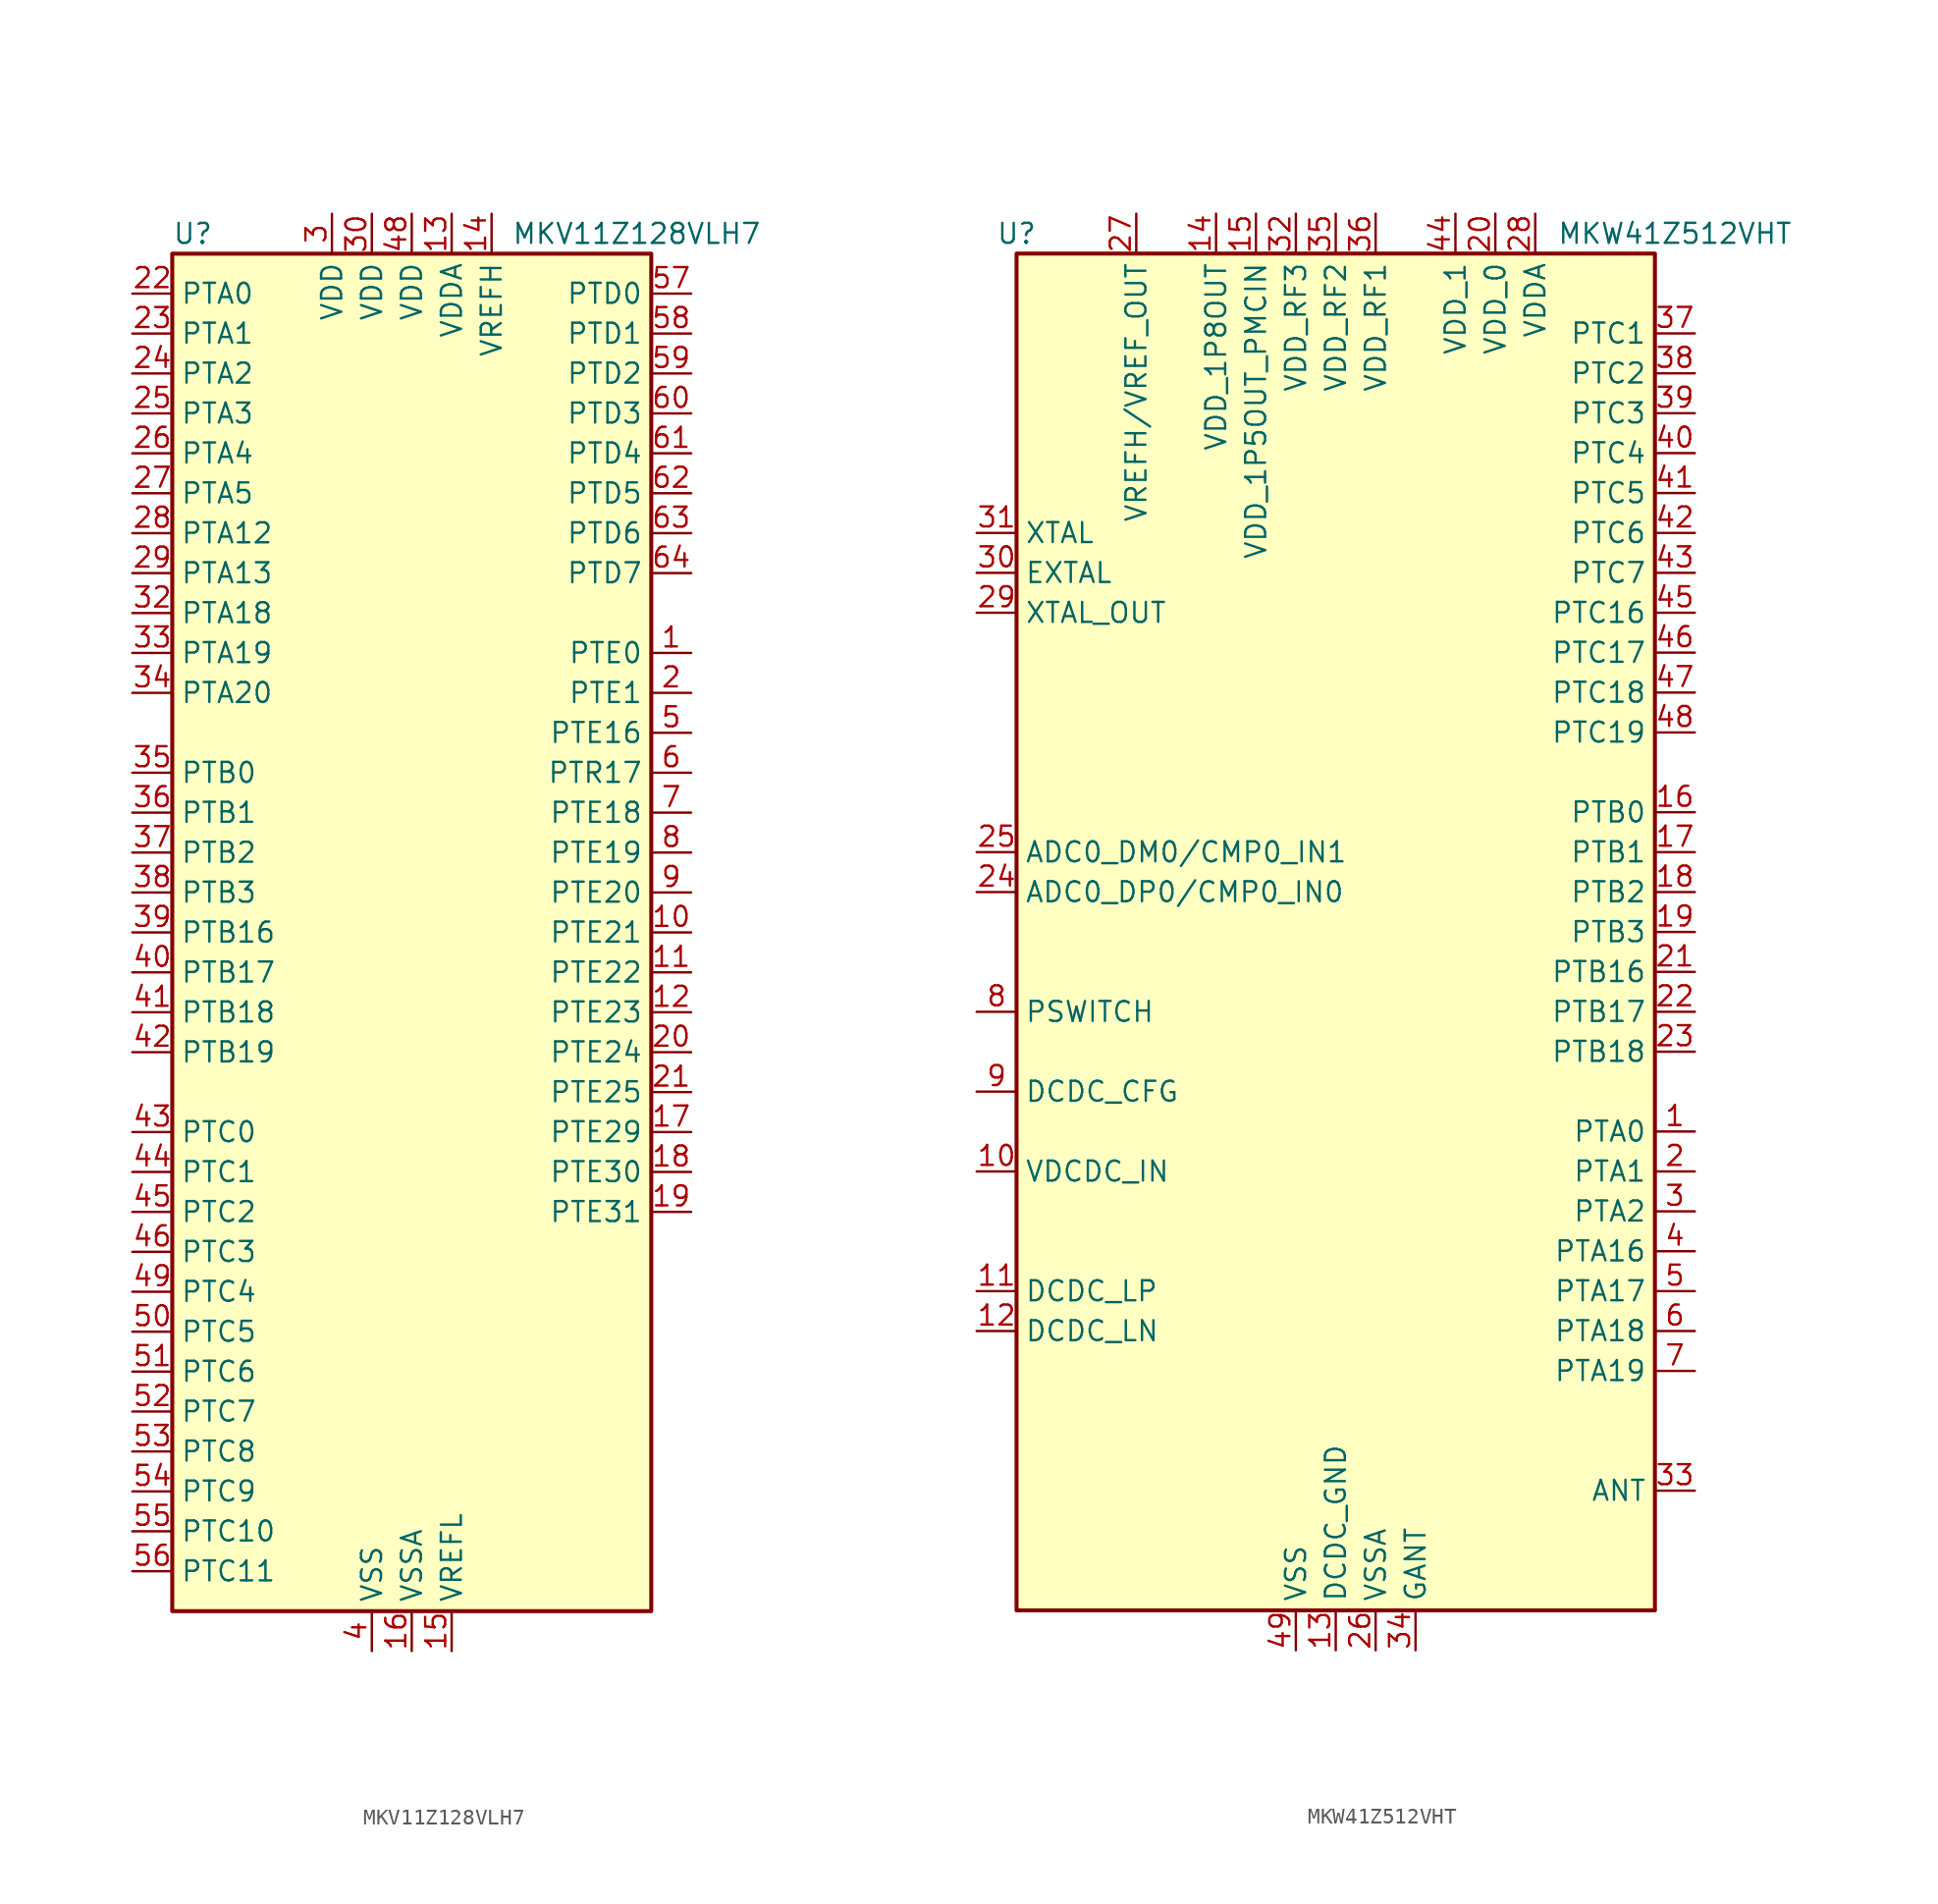
<source format=kicad_sym>
(kicad_symbol_lib
  (version 20241209)
  (generator "kicad_symbol_editor")
  (generator_version "9.0")
  (symbol "MKV11Z128VLH7"
    (property "Reference" "U"
      (at -15.24 44.45 0)
      (effects (font (size 1.27 1.27)) (justify left)))
    (property "Value" "MKV11Z128VLH7"
      (at 6.35 44.45 0)
      (effects (font (size 1.27 1.27)) (justify left)))
    (symbol "MKV11Z128VLH7_0_1"
      (rectangle (start -15.24 43.18) (end 15.24 -43.18) (stroke (width 0.254) (type default)) (fill (type background))))
    (symbol "MKV11Z128VLH7_1_1"
      (pin bidirectional line (at -17.78 40.64 0) (length 2.54) (name "PTA0" (effects (font (size 1.27 1.27)))) (number "22" (effects (font (size 1.27 1.27)))))
      (pin bidirectional line (at -17.78 38.1 0) (length 2.54) (name "PTA1" (effects (font (size 1.27 1.27)))) (number "23" (effects (font (size 1.27 1.27)))))
      (pin bidirectional line (at -17.78 35.56 0) (length 2.54) (name "PTA2" (effects (font (size 1.27 1.27)))) (number "24" (effects (font (size 1.27 1.27)))))
      (pin bidirectional line (at -17.78 33.02 0) (length 2.54) (name "PTA3" (effects (font (size 1.27 1.27)))) (number "25" (effects (font (size 1.27 1.27)))))
      (pin bidirectional line (at -17.78 30.48 0) (length 2.54) (name "PTA4" (effects (font (size 1.27 1.27)))) (number "26" (effects (font (size 1.27 1.27)))))
      (pin bidirectional line (at -17.78 27.94 0) (length 2.54) (name "PTA5" (effects (font (size 1.27 1.27)))) (number "27" (effects (font (size 1.27 1.27)))))
      (pin bidirectional line (at -17.78 25.4 0) (length 2.54) (name "PTA12" (effects (font (size 1.27 1.27)))) (number "28" (effects (font (size 1.27 1.27)))))
      (pin bidirectional line (at -17.78 22.86 0) (length 2.54) (name "PTA13" (effects (font (size 1.27 1.27)))) (number "29" (effects (font (size 1.27 1.27)))))
      (pin bidirectional line (at -17.78 20.32 0) (length 2.54) (name "PTA18" (effects (font (size 1.27 1.27)))) (number "32" (effects (font (size 1.27 1.27)))))
      (pin bidirectional line (at -17.78 17.78 0) (length 2.54) (name "PTA19" (effects (font (size 1.27 1.27)))) (number "33" (effects (font (size 1.27 1.27)))))
      (pin bidirectional line (at -17.78 15.24 0) (length 2.54) (name "PTA20" (effects (font (size 1.27 1.27)))) (number "34" (effects (font (size 1.27 1.27)))))
      (pin bidirectional line (at -17.78 10.16 0) (length 2.54) (name "PTB0" (effects (font (size 1.27 1.27)))) (number "35" (effects (font (size 1.27 1.27)))))
      (pin bidirectional line (at -17.78 7.62 0) (length 2.54) (name "PTB1" (effects (font (size 1.27 1.27)))) (number "36" (effects (font (size 1.27 1.27)))))
      (pin bidirectional line (at -17.78 5.08 0) (length 2.54) (name "PTB2" (effects (font (size 1.27 1.27)))) (number "37" (effects (font (size 1.27 1.27)))))
      (pin bidirectional line (at -17.78 2.54 0) (length 2.54) (name "PTB3" (effects (font (size 1.27 1.27)))) (number "38" (effects (font (size 1.27 1.27)))))
      (pin bidirectional line (at -17.78 0 0) (length 2.54) (name "PTB16" (effects (font (size 1.27 1.27)))) (number "39" (effects (font (size 1.27 1.27)))))
      (pin bidirectional line (at -17.78 -2.54 0) (length 2.54) (name "PTB17" (effects (font (size 1.27 1.27)))) (number "40" (effects (font (size 1.27 1.27)))))
      (pin bidirectional line (at -17.78 -5.08 0) (length 2.54) (name "PTB18" (effects (font (size 1.27 1.27)))) (number "41" (effects (font (size 1.27 1.27)))))
      (pin bidirectional line (at -17.78 -7.62 0) (length 2.54) (name "PTB19" (effects (font (size 1.27 1.27)))) (number "42" (effects (font (size 1.27 1.27)))))
      (pin bidirectional line (at -17.78 -12.7 0) (length 2.54) (name "PTC0" (effects (font (size 1.27 1.27)))) (number "43" (effects (font (size 1.27 1.27)))))
      (pin bidirectional line (at -17.78 -15.24 0) (length 2.54) (name "PTC1" (effects (font (size 1.27 1.27)))) (number "44" (effects (font (size 1.27 1.27)))))
      (pin bidirectional line (at -17.78 -17.78 0) (length 2.54) (name "PTC2" (effects (font (size 1.27 1.27)))) (number "45" (effects (font (size 1.27 1.27)))))
      (pin bidirectional line (at -17.78 -20.32 0) (length 2.54) (name "PTC3" (effects (font (size 1.27 1.27)))) (number "46" (effects (font (size 1.27 1.27)))))
      (pin bidirectional line (at -17.78 -22.86 0) (length 2.54) (name "PTC4" (effects (font (size 1.27 1.27)))) (number "49" (effects (font (size 1.27 1.27)))))
      (pin bidirectional line (at -17.78 -25.4 0) (length 2.54) (name "PTC5" (effects (font (size 1.27 1.27)))) (number "50" (effects (font (size 1.27 1.27)))))
      (pin bidirectional line (at -17.78 -27.94 0) (length 2.54) (name "PTC6" (effects (font (size 1.27 1.27)))) (number "51" (effects (font (size 1.27 1.27)))))
      (pin bidirectional line (at -17.78 -30.48 0) (length 2.54) (name "PTC7" (effects (font (size 1.27 1.27)))) (number "52" (effects (font (size 1.27 1.27)))))
      (pin bidirectional line (at -17.78 -33.02 0) (length 2.54) (name "PTC8" (effects (font (size 1.27 1.27)))) (number "53" (effects (font (size 1.27 1.27)))))
      (pin bidirectional line (at -17.78 -35.56 0) (length 2.54) (name "PTC9" (effects (font (size 1.27 1.27)))) (number "54" (effects (font (size 1.27 1.27)))))
      (pin bidirectional line (at -17.78 -38.1 0) (length 2.54) (name "PTC10" (effects (font (size 1.27 1.27)))) (number "55" (effects (font (size 1.27 1.27)))))
      (pin bidirectional line (at -17.78 -40.64 0) (length 2.54) (name "PTC11" (effects (font (size 1.27 1.27)))) (number "56" (effects (font (size 1.27 1.27)))))
      (pin power_in line (at -5.08 45.72 270) (length 2.54) (name "VDD" (effects (font (size 1.27 1.27)))) (number "3" (effects (font (size 1.27 1.27)))))
      (pin power_in line (at -2.54 45.72 270) (length 2.54) (name "VDD" (effects (font (size 1.27 1.27)))) (number "30" (effects (font (size 1.27 1.27)))))
      (pin passive line (at -2.54 -45.72 90) (length 2.54) (hide yes) (name "VSS" (effects (font (size 1.27 1.27)))) (number "31" (effects (font (size 1.27 1.27)))))
      (pin power_in line (at -2.54 -45.72 90) (length 2.54) (name "VSS" (effects (font (size 1.27 1.27)))) (number "4" (effects (font (size 1.27 1.27)))))
      (pin passive line (at -2.54 -45.72 90) (length 2.54) (hide yes) (name "VSS" (effects (font (size 1.27 1.27)))) (number "47" (effects (font (size 1.27 1.27)))))
      (pin power_in line (at 0 45.72 270) (length 2.54) (name "VDD" (effects (font (size 1.27 1.27)))) (number "48" (effects (font (size 1.27 1.27)))))
      (pin power_in line (at 0 -45.72 90) (length 2.54) (name "VSSA" (effects (font (size 1.27 1.27)))) (number "16" (effects (font (size 1.27 1.27)))))
      (pin power_in line (at 2.54 45.72 270) (length 2.54) (name "VDDA" (effects (font (size 1.27 1.27)))) (number "13" (effects (font (size 1.27 1.27)))))
      (pin power_in line (at 2.54 -45.72 90) (length 2.54) (name "VREFL" (effects (font (size 1.27 1.27)))) (number "15" (effects (font (size 1.27 1.27)))))
      (pin power_in line (at 5.08 45.72 270) (length 2.54) (name "VREFH" (effects (font (size 1.27 1.27)))) (number "14" (effects (font (size 1.27 1.27)))))
      (pin bidirectional line (at 17.78 40.64 180) (length 2.54) (name "PTD0" (effects (font (size 1.27 1.27)))) (number "57" (effects (font (size 1.27 1.27)))))
      (pin bidirectional line (at 17.78 38.1 180) (length 2.54) (name "PTD1" (effects (font (size 1.27 1.27)))) (number "58" (effects (font (size 1.27 1.27)))))
      (pin bidirectional line (at 17.78 35.56 180) (length 2.54) (name "PTD2" (effects (font (size 1.27 1.27)))) (number "59" (effects (font (size 1.27 1.27)))))
      (pin bidirectional line (at 17.78 33.02 180) (length 2.54) (name "PTD3" (effects (font (size 1.27 1.27)))) (number "60" (effects (font (size 1.27 1.27)))))
      (pin bidirectional line (at 17.78 30.48 180) (length 2.54) (name "PTD4" (effects (font (size 1.27 1.27)))) (number "61" (effects (font (size 1.27 1.27)))))
      (pin bidirectional line (at 17.78 27.94 180) (length 2.54) (name "PTD5" (effects (font (size 1.27 1.27)))) (number "62" (effects (font (size 1.27 1.27)))))
      (pin bidirectional line (at 17.78 25.4 180) (length 2.54) (name "PTD6" (effects (font (size 1.27 1.27)))) (number "63" (effects (font (size 1.27 1.27)))))
      (pin bidirectional line (at 17.78 22.86 180) (length 2.54) (name "PTD7" (effects (font (size 1.27 1.27)))) (number "64" (effects (font (size 1.27 1.27)))))
      (pin bidirectional line (at 17.78 17.78 180) (length 2.54) (name "PTE0" (effects (font (size 1.27 1.27)))) (number "1" (effects (font (size 1.27 1.27)))))
      (pin bidirectional line (at 17.78 15.24 180) (length 2.54) (name "PTE1" (effects (font (size 1.27 1.27)))) (number "2" (effects (font (size 1.27 1.27)))))
      (pin bidirectional line (at 17.78 12.7 180) (length 2.54) (name "PTE16" (effects (font (size 1.27 1.27)))) (number "5" (effects (font (size 1.27 1.27)))))
      (pin bidirectional line (at 17.78 10.16 180) (length 2.54) (name "PTR17" (effects (font (size 1.27 1.27)))) (number "6" (effects (font (size 1.27 1.27)))))
      (pin bidirectional line (at 17.78 7.62 180) (length 2.54) (name "PTE18" (effects (font (size 1.27 1.27)))) (number "7" (effects (font (size 1.27 1.27)))))
      (pin bidirectional line (at 17.78 5.08 180) (length 2.54) (name "PTE19" (effects (font (size 1.27 1.27)))) (number "8" (effects (font (size 1.27 1.27)))))
      (pin bidirectional line (at 17.78 2.54 180) (length 2.54) (name "PTE20" (effects (font (size 1.27 1.27)))) (number "9" (effects (font (size 1.27 1.27)))))
      (pin bidirectional line (at 17.78 0 180) (length 2.54) (name "PTE21" (effects (font (size 1.27 1.27)))) (number "10" (effects (font (size 1.27 1.27)))))
      (pin bidirectional line (at 17.78 -2.54 180) (length 2.54) (name "PTE22" (effects (font (size 1.27 1.27)))) (number "11" (effects (font (size 1.27 1.27)))))
      (pin bidirectional line (at 17.78 -5.08 180) (length 2.54) (name "PTE23" (effects (font (size 1.27 1.27)))) (number "12" (effects (font (size 1.27 1.27)))))
      (pin bidirectional line (at 17.78 -7.62 180) (length 2.54) (name "PTE24" (effects (font (size 1.27 1.27)))) (number "20" (effects (font (size 1.27 1.27)))))
      (pin bidirectional line (at 17.78 -10.16 180) (length 2.54) (name "PTE25" (effects (font (size 1.27 1.27)))) (number "21" (effects (font (size 1.27 1.27)))))
      (pin bidirectional line (at 17.78 -12.7 180) (length 2.54) (name "PTE29" (effects (font (size 1.27 1.27)))) (number "17" (effects (font (size 1.27 1.27)))))
      (pin bidirectional line (at 17.78 -15.24 180) (length 2.54) (name "PTE30" (effects (font (size 1.27 1.27)))) (number "18" (effects (font (size 1.27 1.27)))))
      (pin bidirectional line (at 17.78 -17.78 180) (length 2.54) (name "PTE31" (effects (font (size 1.27 1.27)))) (number "19" (effects (font (size 1.27 1.27)))))))
  (symbol "MKW41Z512VHT"
    (property "Reference" "U"
      (at -20.32 44.45 0)
      (effects (font (size 1.27 1.27))))
    (property "Value" "MKW41Z512VHT"
      (at 21.59 44.45 0)
      (effects (font (size 1.27 1.27))))
    (symbol "MKW41Z512VHT_0_0"
      (pin input line (at -22.86 25.4 0) (length 2.54) (name "XTAL" (effects (font (size 1.27 1.27)))) (number "31" (effects (font (size 1.27 1.27)))))
      (pin input line (at -22.86 22.86 0) (length 2.54) (name "EXTAL" (effects (font (size 1.27 1.27)))) (number "30" (effects (font (size 1.27 1.27)))))
      (pin output line (at -22.86 20.32 0) (length 2.54) (name "XTAL_OUT" (effects (font (size 1.27 1.27)))) (number "29" (effects (font (size 1.27 1.27)))))
      (pin input line (at -22.86 5.08 0) (length 2.54) (name "ADC0_DM0/CMP0_IN1" (effects (font (size 1.27 1.27)))) (number "25" (effects (font (size 1.27 1.27)))))
      (pin input line (at -22.86 2.54 0) (length 2.54) (name "ADC0_DP0/CMP0_IN0" (effects (font (size 1.27 1.27)))) (number "24" (effects (font (size 1.27 1.27)))))
      (pin input line (at -22.86 -5.08 0) (length 2.54) (name "PSWITCH" (effects (font (size 1.27 1.27)))) (number "8" (effects (font (size 1.27 1.27)))))
      (pin input line (at -22.86 -10.16 0) (length 2.54) (name "DCDC_CFG" (effects (font (size 1.27 1.27)))) (number "9" (effects (font (size 1.27 1.27)))))
      (pin power_in line (at -22.86 -15.24 0) (length 2.54) (name "VDCDC_IN" (effects (font (size 1.27 1.27)))) (number "10" (effects (font (size 1.27 1.27)))))
      (pin passive line (at -22.86 -22.86 0) (length 2.54) (name "DCDC_LP" (effects (font (size 1.27 1.27)))) (number "11" (effects (font (size 1.27 1.27)))))
      (pin passive line (at -22.86 -25.4 0) (length 2.54) (name "DCDC_LN" (effects (font (size 1.27 1.27)))) (number "12" (effects (font (size 1.27 1.27)))))
      (pin bidirectional line (at -12.7 45.72 270) (length 2.54) (name "VREFH/VREF_OUT" (effects (font (size 1.27 1.27)))) (number "27" (effects (font (size 1.27 1.27)))))
      (pin power_out line (at -7.62 45.72 270) (length 2.54) (name "VDD_1P8OUT" (effects (font (size 1.27 1.27)))) (number "14" (effects (font (size 1.27 1.27)))))
      (pin power_out line (at -5.08 45.72 270) (length 2.54) (name "VDD_1P5OUT_PMCIN" (effects (font (size 1.27 1.27)))) (number "15" (effects (font (size 1.27 1.27)))))
      (pin power_in line (at -2.54 45.72 270) (length 2.54) (name "VDD_RF3" (effects (font (size 1.27 1.27)))) (number "32" (effects (font (size 1.27 1.27)))))
      (pin power_in line (at -2.54 -45.72 90) (length 2.54) (name "VSS" (effects (font (size 1.27 1.27)))) (number "49" (effects (font (size 1.27 1.27)))))
      (pin power_in line (at 0 45.72 270) (length 2.54) (name "VDD_RF2" (effects (font (size 1.27 1.27)))) (number "35" (effects (font (size 1.27 1.27)))))
      (pin power_in line (at 0 -45.72 90) (length 2.54) (name "DCDC_GND" (effects (font (size 1.27 1.27)))) (number "13" (effects (font (size 1.27 1.27)))))
      (pin power_in line (at 2.54 45.72 270) (length 2.54) (name "VDD_RF1" (effects (font (size 1.27 1.27)))) (number "36" (effects (font (size 1.27 1.27)))))
      (pin power_in line (at 2.54 -45.72 90) (length 2.54) (name "VSSA" (effects (font (size 1.27 1.27)))) (number "26" (effects (font (size 1.27 1.27)))))
      (pin power_in line (at 5.08 -45.72 90) (length 2.54) (name "GANT" (effects (font (size 1.27 1.27)))) (number "34" (effects (font (size 1.27 1.27)))))
      (pin power_in line (at 7.62 45.72 270) (length 2.54) (name "VDD_1" (effects (font (size 1.27 1.27)))) (number "44" (effects (font (size 1.27 1.27)))))
      (pin power_in line (at 10.16 45.72 270) (length 2.54) (name "VDD_0" (effects (font (size 1.27 1.27)))) (number "20" (effects (font (size 1.27 1.27)))))
      (pin power_in line (at 12.7 45.72 270) (length 2.54) (name "VDDA" (effects (font (size 1.27 1.27)))) (number "28" (effects (font (size 1.27 1.27)))))
      (pin bidirectional line (at 22.86 38.1 180) (length 2.54) (name "PTC1" (effects (font (size 1.27 1.27)))) (number "37" (effects (font (size 1.27 1.27)))))
      (pin bidirectional line (at 22.86 35.56 180) (length 2.54) (name "PTC2" (effects (font (size 1.27 1.27)))) (number "38" (effects (font (size 1.27 1.27)))))
      (pin bidirectional line (at 22.86 33.02 180) (length 2.54) (name "PTC3" (effects (font (size 1.27 1.27)))) (number "39" (effects (font (size 1.27 1.27)))))
      (pin bidirectional line (at 22.86 30.48 180) (length 2.54) (name "PTC4" (effects (font (size 1.27 1.27)))) (number "40" (effects (font (size 1.27 1.27)))))
      (pin bidirectional line (at 22.86 27.94 180) (length 2.54) (name "PTC5" (effects (font (size 1.27 1.27)))) (number "41" (effects (font (size 1.27 1.27)))))
      (pin bidirectional line (at 22.86 25.4 180) (length 2.54) (name "PTC6" (effects (font (size 1.27 1.27)))) (number "42" (effects (font (size 1.27 1.27)))))
      (pin bidirectional line (at 22.86 22.86 180) (length 2.54) (name "PTC7" (effects (font (size 1.27 1.27)))) (number "43" (effects (font (size 1.27 1.27)))))
      (pin bidirectional line (at 22.86 20.32 180) (length 2.54) (name "PTC16" (effects (font (size 1.27 1.27)))) (number "45" (effects (font (size 1.27 1.27)))))
      (pin bidirectional line (at 22.86 17.78 180) (length 2.54) (name "PTC17" (effects (font (size 1.27 1.27)))) (number "46" (effects (font (size 1.27 1.27)))))
      (pin bidirectional line (at 22.86 15.24 180) (length 2.54) (name "PTC18" (effects (font (size 1.27 1.27)))) (number "47" (effects (font (size 1.27 1.27)))))
      (pin bidirectional line (at 22.86 12.7 180) (length 2.54) (name "PTC19" (effects (font (size 1.27 1.27)))) (number "48" (effects (font (size 1.27 1.27)))))
      (pin bidirectional line (at 22.86 7.62 180) (length 2.54) (name "PTB0" (effects (font (size 1.27 1.27)))) (number "16" (effects (font (size 1.27 1.27)))))
      (pin bidirectional line (at 22.86 5.08 180) (length 2.54) (name "PTB1" (effects (font (size 1.27 1.27)))) (number "17" (effects (font (size 1.27 1.27)))))
      (pin bidirectional line (at 22.86 2.54 180) (length 2.54) (name "PTB2" (effects (font (size 1.27 1.27)))) (number "18" (effects (font (size 1.27 1.27)))))
      (pin bidirectional line (at 22.86 0 180) (length 2.54) (name "PTB3" (effects (font (size 1.27 1.27)))) (number "19" (effects (font (size 1.27 1.27)))))
      (pin bidirectional line (at 22.86 -2.54 180) (length 2.54) (name "PTB16" (effects (font (size 1.27 1.27)))) (number "21" (effects (font (size 1.27 1.27)))))
      (pin bidirectional line (at 22.86 -5.08 180) (length 2.54) (name "PTB17" (effects (font (size 1.27 1.27)))) (number "22" (effects (font (size 1.27 1.27)))))
      (pin bidirectional line (at 22.86 -7.62 180) (length 2.54) (name "PTB18" (effects (font (size 1.27 1.27)))) (number "23" (effects (font (size 1.27 1.27)))))
      (pin bidirectional line (at 22.86 -12.7 180) (length 2.54) (name "PTA0" (effects (font (size 1.27 1.27)))) (number "1" (effects (font (size 1.27 1.27)))))
      (pin bidirectional line (at 22.86 -15.24 180) (length 2.54) (name "PTA1" (effects (font (size 1.27 1.27)))) (number "2" (effects (font (size 1.27 1.27)))))
      (pin bidirectional line (at 22.86 -17.78 180) (length 2.54) (name "PTA2" (effects (font (size 1.27 1.27)))) (number "3" (effects (font (size 1.27 1.27)))))
      (pin bidirectional line (at 22.86 -20.32 180) (length 2.54) (name "PTA16" (effects (font (size 1.27 1.27)))) (number "4" (effects (font (size 1.27 1.27)))))
      (pin bidirectional line (at 22.86 -22.86 180) (length 2.54) (name "PTA17" (effects (font (size 1.27 1.27)))) (number "5" (effects (font (size 1.27 1.27)))))
      (pin bidirectional line (at 22.86 -25.4 180) (length 2.54) (name "PTA18" (effects (font (size 1.27 1.27)))) (number "6" (effects (font (size 1.27 1.27)))))
      (pin bidirectional line (at 22.86 -27.94 180) (length 2.54) (name "PTA19" (effects (font (size 1.27 1.27)))) (number "7" (effects (font (size 1.27 1.27)))))
      (pin passive line (at 22.86 -35.56 180) (length 2.54) (name "ANT" (effects (font (size 1.27 1.27)))) (number "33" (effects (font (size 1.27 1.27))))))
    (symbol "MKW41Z512VHT_0_1"
      (rectangle (start -20.32 -43.18) (end 20.32 43.18) (stroke (width 0.254) (type default)) (fill (type background))))))
</source>
